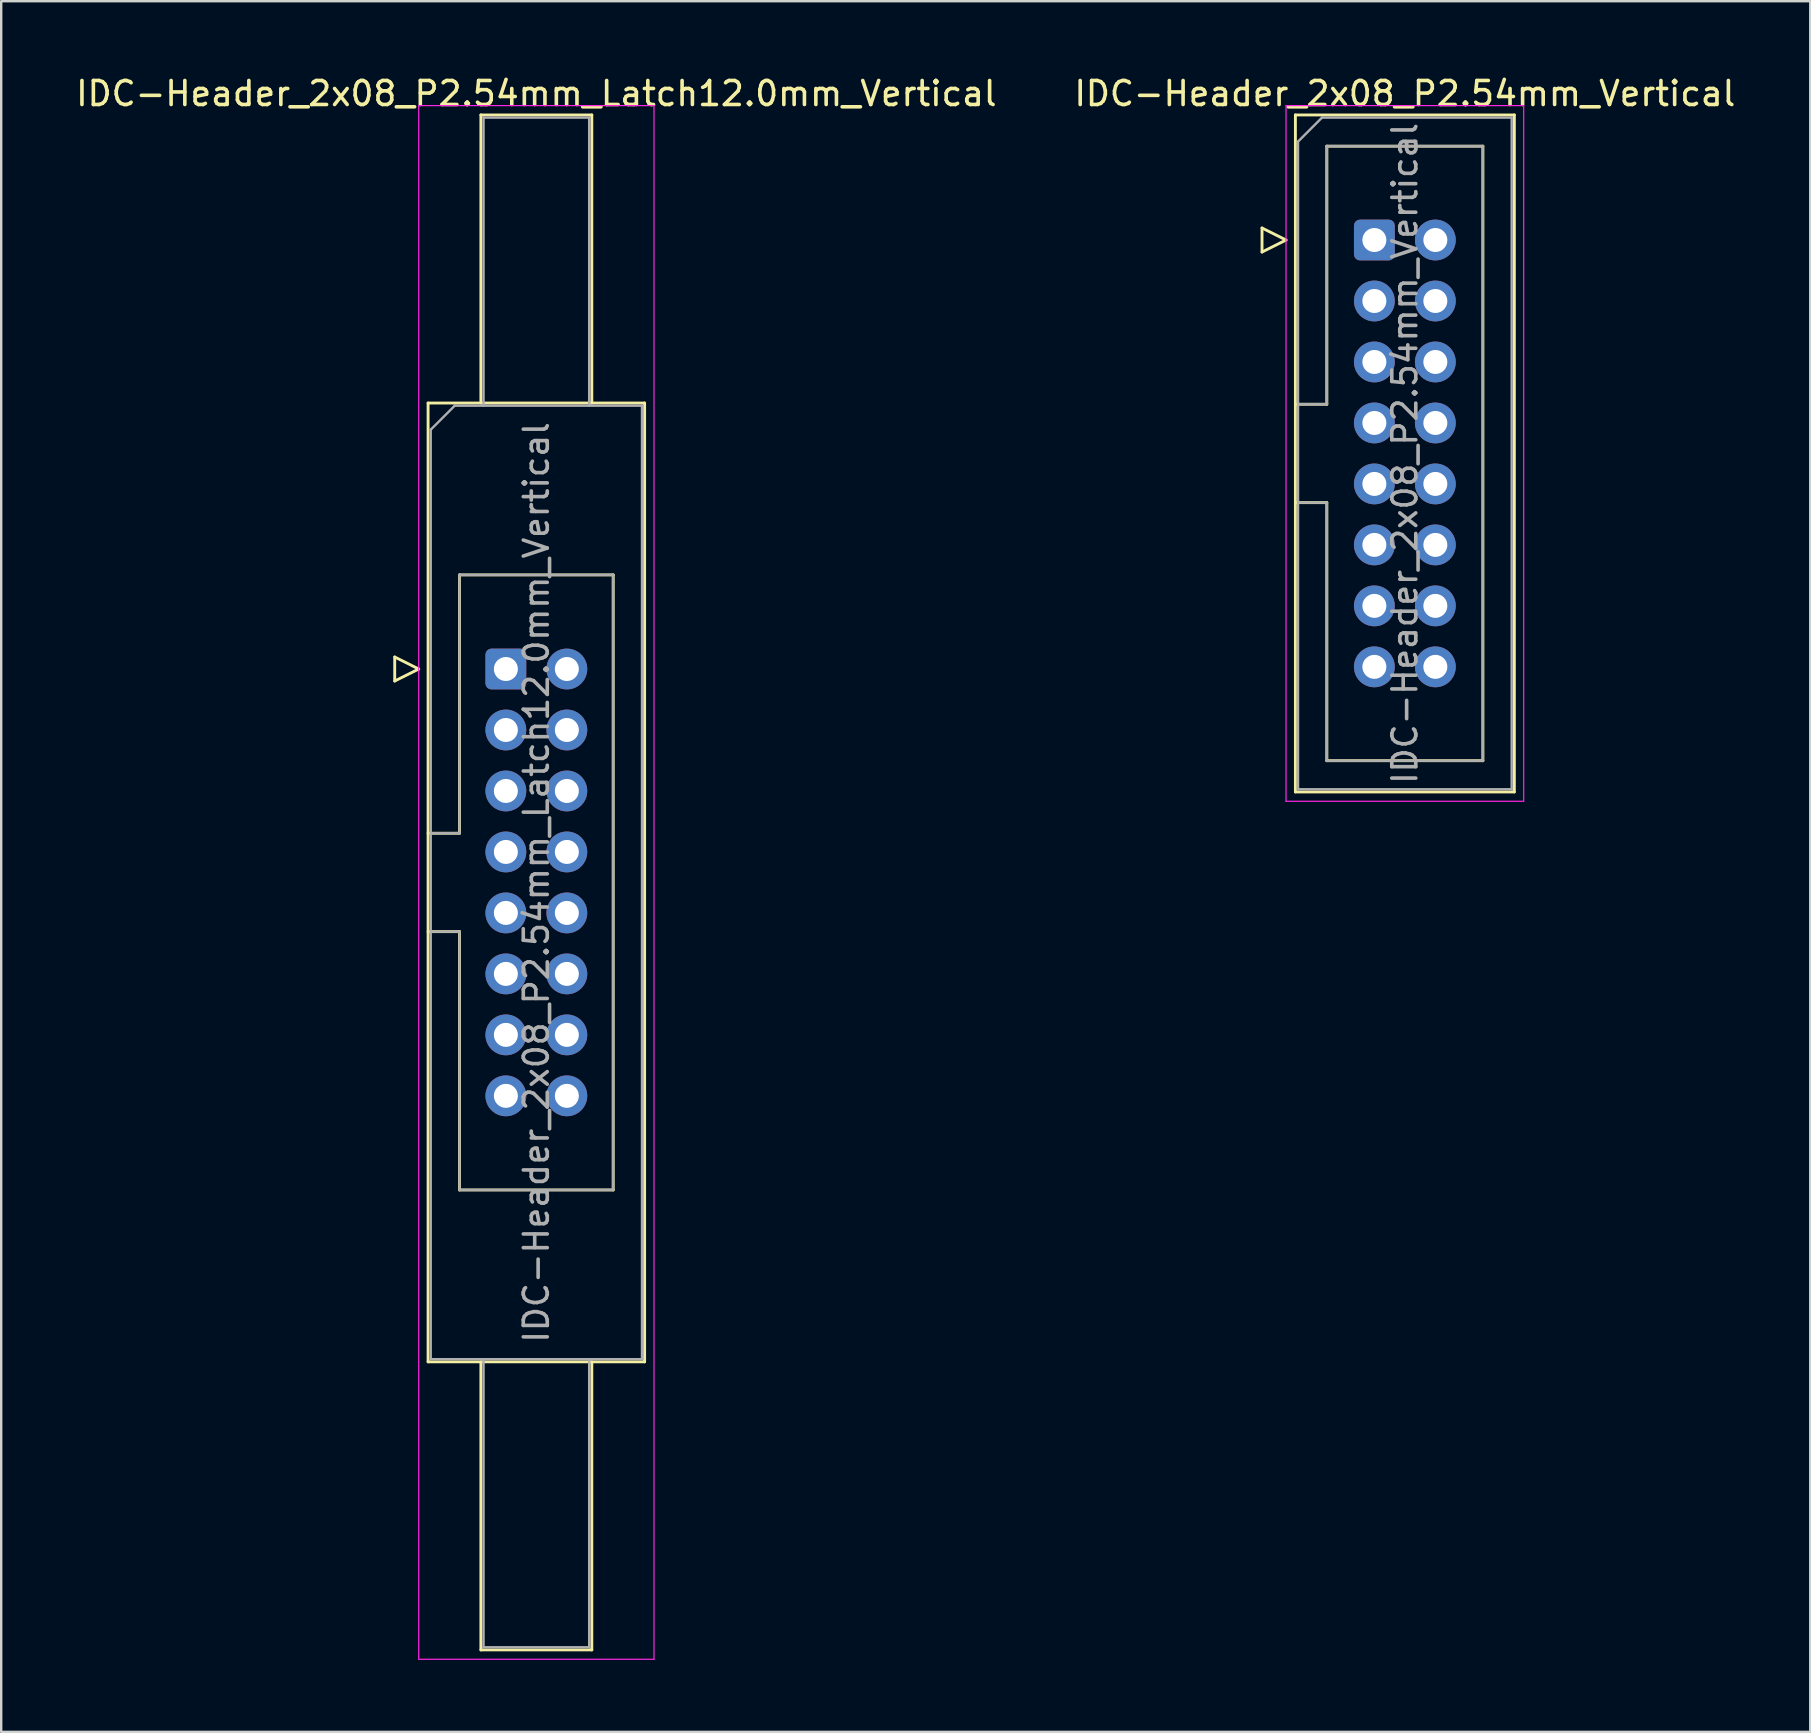
<source format=kicad_pcb>
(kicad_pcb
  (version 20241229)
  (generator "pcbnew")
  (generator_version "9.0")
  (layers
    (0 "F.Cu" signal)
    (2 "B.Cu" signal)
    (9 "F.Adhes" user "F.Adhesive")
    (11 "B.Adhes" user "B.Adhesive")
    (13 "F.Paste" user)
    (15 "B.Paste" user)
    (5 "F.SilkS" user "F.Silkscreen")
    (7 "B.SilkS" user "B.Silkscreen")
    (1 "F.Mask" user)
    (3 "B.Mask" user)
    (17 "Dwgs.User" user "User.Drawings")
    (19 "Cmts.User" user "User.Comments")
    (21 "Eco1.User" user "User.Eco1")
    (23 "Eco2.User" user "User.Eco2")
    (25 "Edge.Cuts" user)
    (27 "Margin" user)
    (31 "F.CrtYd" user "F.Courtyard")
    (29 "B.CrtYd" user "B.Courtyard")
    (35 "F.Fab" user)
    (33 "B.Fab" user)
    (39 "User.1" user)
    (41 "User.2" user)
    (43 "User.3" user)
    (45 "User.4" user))
  (footprint "IDC-Header_2x08_P2.54mm_Latch12.0mm_Vertical"
    (layer "F.Cu")
    (at 18.022 24.818)
    (property "Reference" "IDC-Header_2x08_P2.54mm_Latch12.0mm_Vertical" (at 1.27 -23.97 0) (layer "F.SilkS") (effects (font (size 1 1) (thickness 0.15))))
    (attr through_hole)
    (fp_line (start -4.63 -0.5) (end -4.63 0.5) (stroke (width 0.12) (type solid)) (layer "F.SilkS"))
    (fp_line (start -4.63 0.5) (end -3.63 0) (stroke (width 0.12) (type solid)) (layer "F.SilkS"))
    (fp_line (start -3.63 0) (end -4.63 -0.5) (stroke (width 0.12) (type solid)) (layer "F.SilkS"))
    (fp_line (start -3.24 -11.08) (end 5.78 -11.08) (stroke (width 0.12) (type solid)) (layer "F.SilkS"))
    (fp_line (start -3.24 6.84) (end -1.93 6.84) (stroke (width 0.12) (type solid)) (layer "F.SilkS"))
    (fp_line (start -3.24 28.86) (end -3.24 -11.08) (stroke (width 0.12) (type solid)) (layer "F.SilkS"))
    (fp_line (start -1.93 -3.92) (end 4.47 -3.92) (stroke (width 0.12) (type solid)) (layer "F.SilkS"))
    (fp_line (start -1.93 6.84) (end -1.93 -3.92) (stroke (width 0.12) (type solid)) (layer "F.SilkS"))
    (fp_line (start -1.93 10.94) (end -3.24 10.94) (stroke (width 0.12) (type solid)) (layer "F.SilkS"))
    (fp_line (start -1.93 21.7) (end -1.93 10.94) (stroke (width 0.12) (type solid)) (layer "F.SilkS"))
    (fp_line (start -1.04 -23.08) (end 3.58 -23.08) (stroke (width 0.12) (type solid)) (layer "F.SilkS"))
    (fp_line (start -1.04 -11.08) (end -1.04 -23.08) (stroke (width 0.12) (type solid)) (layer "F.SilkS"))
    (fp_line (start -1.04 28.86) (end -1.04 40.86) (stroke (width 0.12) (type solid)) (layer "F.SilkS"))
    (fp_line (start -1.04 40.86) (end 3.58 40.86) (stroke (width 0.12) (type solid)) (layer "F.SilkS"))
    (fp_line (start 3.58 -23.08) (end 3.58 -11.08) (stroke (width 0.12) (type solid)) (layer "F.SilkS"))
    (fp_line (start 3.58 40.86) (end 3.58 28.86) (stroke (width 0.12) (type solid)) (layer "F.SilkS"))
    (fp_line (start 4.47 -3.92) (end 4.47 21.7) (stroke (width 0.12) (type solid)) (layer "F.SilkS"))
    (fp_line (start 4.47 21.7) (end -1.93 21.7) (stroke (width 0.12) (type solid)) (layer "F.SilkS"))
    (fp_line (start 5.78 -11.08) (end 5.78 28.86) (stroke (width 0.12) (type solid)) (layer "F.SilkS"))
    (fp_line (start 5.78 28.86) (end -3.24 28.86) (stroke (width 0.12) (type solid)) (layer "F.SilkS"))
    (fp_line (start -3.63 -23.47) (end -3.63 41.25) (stroke (width 0.05) (type solid)) (layer "F.CrtYd"))
    (fp_line (start -3.63 41.25) (end 6.17 41.25) (stroke (width 0.05) (type solid)) (layer "F.CrtYd"))
    (fp_line (start 6.17 -23.47) (end -3.63 -23.47) (stroke (width 0.05) (type solid)) (layer "F.CrtYd"))
    (fp_line (start 6.17 41.25) (end 6.17 -23.47) (stroke (width 0.05) (type solid)) (layer "F.CrtYd"))
    (fp_line (start -3.13 -9.97) (end -2.13 -10.97) (stroke (width 0.1) (type solid)) (layer "F.Fab"))
    (fp_line (start -3.13 6.84) (end -1.93 6.84) (stroke (width 0.1) (type solid)) (layer "F.Fab"))
    (fp_line (start -3.13 28.75) (end -3.13 -9.97) (stroke (width 0.1) (type solid)) (layer "F.Fab"))
    (fp_line (start -2.13 -10.97) (end 5.67 -10.97) (stroke (width 0.1) (type solid)) (layer "F.Fab"))
    (fp_line (start -1.93 -3.92) (end 4.47 -3.92) (stroke (width 0.1) (type solid)) (layer "F.Fab"))
    (fp_line (start -1.93 6.84) (end -1.93 -3.92) (stroke (width 0.1) (type solid)) (layer "F.Fab"))
    (fp_line (start -1.93 10.94) (end -3.13 10.94) (stroke (width 0.1) (type solid)) (layer "F.Fab"))
    (fp_line (start -1.93 21.7) (end -1.93 10.94) (stroke (width 0.1) (type solid)) (layer "F.Fab"))
    (fp_line (start -0.93 -22.97) (end 3.47 -22.97) (stroke (width 0.1) (type solid)) (layer "F.Fab"))
    (fp_line (start -0.93 -10.97) (end -0.93 -22.97) (stroke (width 0.1) (type solid)) (layer "F.Fab"))
    (fp_line (start -0.93 28.75) (end -0.93 40.75) (stroke (width 0.1) (type solid)) (layer "F.Fab"))
    (fp_line (start -0.93 40.75) (end 3.47 40.75) (stroke (width 0.1) (type solid)) (layer "F.Fab"))
    (fp_line (start 3.47 -22.97) (end 3.47 -10.97) (stroke (width 0.1) (type solid)) (layer "F.Fab"))
    (fp_line (start 3.47 40.75) (end 3.47 28.75) (stroke (width 0.1) (type solid)) (layer "F.Fab"))
    (fp_line (start 4.47 -3.92) (end 4.47 21.7) (stroke (width 0.1) (type solid)) (layer "F.Fab"))
    (fp_line (start 4.47 21.7) (end -1.93 21.7) (stroke (width 0.1) (type solid)) (layer "F.Fab"))
    (fp_line (start 5.67 -10.97) (end 5.67 28.75) (stroke (width 0.1) (type solid)) (layer "F.Fab"))
    (fp_line (start 5.67 28.75) (end -3.13 28.75) (stroke (width 0.1) (type solid)) (layer "F.Fab"))
    (fp_text user "${REFERENCE}" (at 1.27 8.89 90) (layer "F.Fab") (effects (font (size 1 1) (thickness 0.15))))
    (pad "1" thru_hole roundrect (at 0 0) (size 1.7 1.7) (drill 1) (layers "*.Cu" "*.Mask") (roundrect_rratio 0.147))
    (pad "2" thru_hole circle (at 2.54 0) (size 1.7 1.7) (drill 1) (layers "*.Cu" "*.Mask"))
    (pad "3" thru_hole circle (at 0 2.54) (size 1.7 1.7) (drill 1) (layers "*.Cu" "*.Mask"))
    (pad "4" thru_hole circle (at 2.54 2.54) (size 1.7 1.7) (drill 1) (layers "*.Cu" "*.Mask"))
    (pad "5" thru_hole circle (at 0 5.08) (size 1.7 1.7) (drill 1) (layers "*.Cu" "*.Mask"))
    (pad "6" thru_hole circle (at 2.54 5.08) (size 1.7 1.7) (drill 1) (layers "*.Cu" "*.Mask"))
    (pad "7" thru_hole circle (at 0 7.62) (size 1.7 1.7) (drill 1) (layers "*.Cu" "*.Mask"))
    (pad "8" thru_hole circle (at 2.54 7.62) (size 1.7 1.7) (drill 1) (layers "*.Cu" "*.Mask"))
    (pad "9" thru_hole circle (at 0 10.16) (size 1.7 1.7) (drill 1) (layers "*.Cu" "*.Mask"))
    (pad "10" thru_hole circle (at 2.54 10.16) (size 1.7 1.7) (drill 1) (layers "*.Cu" "*.Mask"))
    (pad "11" thru_hole circle (at 0 12.7) (size 1.7 1.7) (drill 1) (layers "*.Cu" "*.Mask"))
    (pad "12" thru_hole circle (at 2.54 12.7) (size 1.7 1.7) (drill 1) (layers "*.Cu" "*.Mask"))
    (pad "13" thru_hole circle (at 0 15.24) (size 1.7 1.7) (drill 1) (layers "*.Cu" "*.Mask"))
    (pad "14" thru_hole circle (at 2.54 15.24) (size 1.7 1.7) (drill 1) (layers "*.Cu" "*.Mask"))
    (pad "15" thru_hole circle (at 0 17.78) (size 1.7 1.7) (drill 1) (layers "*.Cu" "*.Mask"))
    (pad "16" thru_hole circle (at 2.54 17.78) (size 1.7 1.7) (drill 1) (layers "*.Cu" "*.Mask")))
  (footprint "IDC-Header_2x08_P2.54mm_Vertical"
    (layer "F.Cu")
    (at 54.2 6.948)
    (property "Reference" "IDC-Header_2x08_P2.54mm_Vertical" (at 1.27 -6.1 0) (layer "F.SilkS") (effects (font (size 1 1) (thickness 0.15))))
    (attr through_hole)
    (fp_line (start -4.68 -0.5) (end -4.68 0.5) (stroke (width 0.12) (type solid)) (layer "F.SilkS"))
    (fp_line (start -4.68 0.5) (end -3.68 0) (stroke (width 0.12) (type solid)) (layer "F.SilkS"))
    (fp_line (start -3.68 0) (end -4.68 -0.5) (stroke (width 0.12) (type solid)) (layer "F.SilkS"))
    (fp_line (start -3.29 -5.21) (end 5.83 -5.21) (stroke (width 0.12) (type solid)) (layer "F.SilkS"))
    (fp_line (start -3.29 6.84) (end -1.98 6.84) (stroke (width 0.12) (type solid)) (layer "F.SilkS"))
    (fp_line (start -3.29 22.99) (end -3.29 -5.21) (stroke (width 0.12) (type solid)) (layer "F.SilkS"))
    (fp_line (start -1.98 -3.91) (end 4.52 -3.91) (stroke (width 0.12) (type solid)) (layer "F.SilkS"))
    (fp_line (start -1.98 6.84) (end -1.98 -3.91) (stroke (width 0.12) (type solid)) (layer "F.SilkS"))
    (fp_line (start -1.98 10.94) (end -3.29 10.94) (stroke (width 0.12) (type solid)) (layer "F.SilkS"))
    (fp_line (start -1.98 21.69) (end -1.98 10.94) (stroke (width 0.12) (type solid)) (layer "F.SilkS"))
    (fp_line (start 4.52 -3.91) (end 4.52 21.69) (stroke (width 0.12) (type solid)) (layer "F.SilkS"))
    (fp_line (start 4.52 21.69) (end -1.98 21.69) (stroke (width 0.12) (type solid)) (layer "F.SilkS"))
    (fp_line (start 5.83 -5.21) (end 5.83 22.99) (stroke (width 0.12) (type solid)) (layer "F.SilkS"))
    (fp_line (start 5.83 22.99) (end -3.29 22.99) (stroke (width 0.12) (type solid)) (layer "F.SilkS"))
    (fp_line (start -3.68 -5.6) (end -3.68 23.38) (stroke (width 0.05) (type solid)) (layer "F.CrtYd"))
    (fp_line (start -3.68 23.38) (end 6.22 23.38) (stroke (width 0.05) (type solid)) (layer "F.CrtYd"))
    (fp_line (start 6.22 -5.6) (end -3.68 -5.6) (stroke (width 0.05) (type solid)) (layer "F.CrtYd"))
    (fp_line (start 6.22 23.38) (end 6.22 -5.6) (stroke (width 0.05) (type solid)) (layer "F.CrtYd"))
    (fp_line (start -3.18 -4.1) (end -2.18 -5.1) (stroke (width 0.1) (type solid)) (layer "F.Fab"))
    (fp_line (start -3.18 6.84) (end -1.98 6.84) (stroke (width 0.1) (type solid)) (layer "F.Fab"))
    (fp_line (start -3.18 22.88) (end -3.18 -4.1) (stroke (width 0.1) (type solid)) (layer "F.Fab"))
    (fp_line (start -2.18 -5.1) (end 5.72 -5.1) (stroke (width 0.1) (type solid)) (layer "F.Fab"))
    (fp_line (start -1.98 -3.91) (end 4.52 -3.91) (stroke (width 0.1) (type solid)) (layer "F.Fab"))
    (fp_line (start -1.98 6.84) (end -1.98 -3.91) (stroke (width 0.1) (type solid)) (layer "F.Fab"))
    (fp_line (start -1.98 10.94) (end -3.18 10.94) (stroke (width 0.1) (type solid)) (layer "F.Fab"))
    (fp_line (start -1.98 21.69) (end -1.98 10.94) (stroke (width 0.1) (type solid)) (layer "F.Fab"))
    (fp_line (start 4.52 -3.91) (end 4.52 21.69) (stroke (width 0.1) (type solid)) (layer "F.Fab"))
    (fp_line (start 4.52 21.69) (end -1.98 21.69) (stroke (width 0.1) (type solid)) (layer "F.Fab"))
    (fp_line (start 5.72 -5.1) (end 5.72 22.88) (stroke (width 0.1) (type solid)) (layer "F.Fab"))
    (fp_line (start 5.72 22.88) (end -3.18 22.88) (stroke (width 0.1) (type solid)) (layer "F.Fab"))
    (fp_text user "${REFERENCE}" (at 1.27 8.89 90) (layer "F.Fab") (effects (font (size 1 1) (thickness 0.15))))
    (pad "1" thru_hole roundrect (at 0 0) (size 1.7 1.7) (drill 1) (layers "*.Cu" "*.Mask") (roundrect_rratio 0.147))
    (pad "2" thru_hole circle (at 2.54 0) (size 1.7 1.7) (drill 1) (layers "*.Cu" "*.Mask"))
    (pad "3" thru_hole circle (at 0 2.54) (size 1.7 1.7) (drill 1) (layers "*.Cu" "*.Mask"))
    (pad "4" thru_hole circle (at 2.54 2.54) (size 1.7 1.7) (drill 1) (layers "*.Cu" "*.Mask"))
    (pad "5" thru_hole circle (at 0 5.08) (size 1.7 1.7) (drill 1) (layers "*.Cu" "*.Mask"))
    (pad "6" thru_hole circle (at 2.54 5.08) (size 1.7 1.7) (drill 1) (layers "*.Cu" "*.Mask"))
    (pad "7" thru_hole circle (at 0 7.62) (size 1.7 1.7) (drill 1) (layers "*.Cu" "*.Mask"))
    (pad "8" thru_hole circle (at 2.54 7.62) (size 1.7 1.7) (drill 1) (layers "*.Cu" "*.Mask"))
    (pad "9" thru_hole circle (at 0 10.16) (size 1.7 1.7) (drill 1) (layers "*.Cu" "*.Mask"))
    (pad "10" thru_hole circle (at 2.54 10.16) (size 1.7 1.7) (drill 1) (layers "*.Cu" "*.Mask"))
    (pad "11" thru_hole circle (at 0 12.7) (size 1.7 1.7) (drill 1) (layers "*.Cu" "*.Mask"))
    (pad "12" thru_hole circle (at 2.54 12.7) (size 1.7 1.7) (drill 1) (layers "*.Cu" "*.Mask"))
    (pad "13" thru_hole circle (at 0 15.24) (size 1.7 1.7) (drill 1) (layers "*.Cu" "*.Mask"))
    (pad "14" thru_hole circle (at 2.54 15.24) (size 1.7 1.7) (drill 1) (layers "*.Cu" "*.Mask"))
    (pad "15" thru_hole circle (at 0 17.78) (size 1.7 1.7) (drill 1) (layers "*.Cu" "*.Mask"))
    (pad "16" thru_hole circle (at 2.54 17.78) (size 1.7 1.7) (drill 1) (layers "*.Cu" "*.Mask")))
  (gr_rect
    (start -3 -3)
    (end 72.357 69.093)
    (stroke (width 0.1) (type default))
    (fill no)
    (layer "Edge.Cuts")))
</source>
